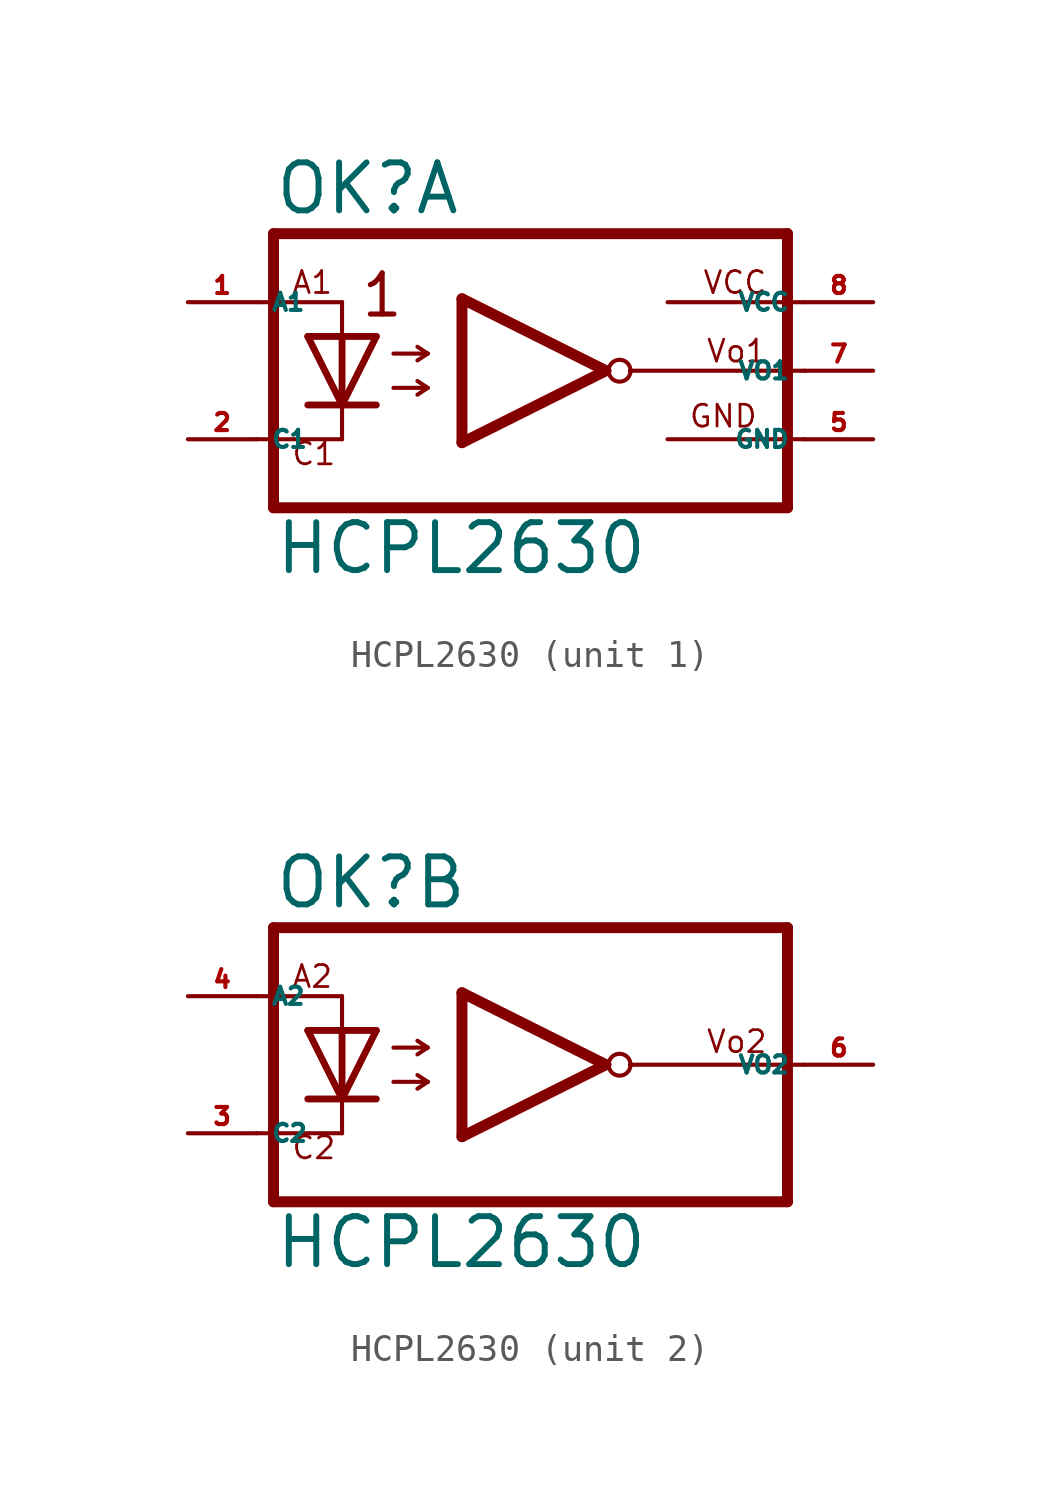
<source format=kicad_sym>
(kicad_symbol_lib
  (version 20220914)
  (generator kicad_symbol_editor)
  (symbol "HCPL2630"
    (property "Reference" "OK"
      (at -9.525 5.715 0)
      (effects (font (size 1.778 1.778) (thickness 0.22)) (justify left bottom)))
    (property "Value" "HCPL2630"
      (at -9.525 -7.62 0)
      (effects (font (size 1.778 1.778) (thickness 0.22)) (justify left bottom)))
    (symbol "HCPL2630_1_0"
      (polyline (pts (xy -10.16 -2.54) (xy -6.985 -2.54)) (stroke (width 0.152) (type default)) (fill (type none)))
      (polyline (pts (xy -10.16 2.54) (xy -6.985 2.54)) (stroke (width 0.152) (type default)) (fill (type none)))
      (polyline (pts (xy -9.525 5.08) (xy -9.525 -5.08)) (stroke (width 0.406) (type default)) (fill (type none)))
      (polyline (pts (xy -6.985 -2.54) (xy -6.985 -1.27)) (stroke (width 0.152) (type default)) (fill (type none)))
      (polyline (pts (xy -6.985 -1.27) (xy -8.255 -1.27)) (stroke (width 0.254) (type default)) (fill (type none)))
      (polyline (pts (xy -6.985 -1.27) (xy -8.255 1.27)) (stroke (width 0.254) (type default)) (fill (type none)))
      (polyline (pts (xy -6.985 1.27) (xy -8.255 1.27)) (stroke (width 0.254) (type default)) (fill (type none)))
      (polyline (pts (xy -6.985 1.27) (xy -6.985 -1.27)) (stroke (width 0.254) (type default)) (fill (type none)))
      (polyline (pts (xy -6.985 1.27) (xy -6.985 2.54)) (stroke (width 0.152) (type default)) (fill (type none)))
      (polyline (pts (xy -5.715 -1.27) (xy -6.985 -1.27)) (stroke (width 0.254) (type default)) (fill (type none)))
      (polyline (pts (xy -5.715 1.27) (xy -6.985 -1.27)) (stroke (width 0.254) (type default)) (fill (type none)))
      (polyline (pts (xy -5.715 1.27) (xy -6.985 1.27)) (stroke (width 0.254) (type default)) (fill (type none)))
      (polyline (pts (xy -5.08 -0.635) (xy -3.81 -0.635)) (stroke (width 0.152) (type default)) (fill (type none)))
      (polyline (pts (xy -5.08 0.635) (xy -3.81 0.635)) (stroke (width 0.152) (type default)) (fill (type none)))
      (polyline (pts (xy -3.81 -0.635) (xy -4.191 -0.889)) (stroke (width 0.152) (type default)) (fill (type none)))
      (polyline (pts (xy -3.81 -0.635) (xy -4.191 -0.381)) (stroke (width 0.152) (type default)) (fill (type none)))
      (polyline (pts (xy -3.81 0.635) (xy -4.191 0.381)) (stroke (width 0.152) (type default)) (fill (type none)))
      (polyline (pts (xy -3.81 0.635) (xy -4.191 0.889)) (stroke (width 0.152) (type default)) (fill (type none)))
      (polyline (pts (xy -2.54 -2.667) (xy -2.54 2.667)) (stroke (width 0.406) (type default)) (fill (type none)))
      (polyline (pts (xy -2.54 -2.667) (xy 2.794 0)) (stroke (width 0.406) (type default)) (fill (type none)))
      (polyline (pts (xy -2.54 2.667) (xy 2.794 0)) (stroke (width 0.406) (type default)) (fill (type none)))
      (polyline (pts (xy 3.683 0) (xy 10.16 0)) (stroke (width 0.152) (type default)) (fill (type none)))
      (polyline (pts (xy 5.08 -2.54) (xy 10.16 -2.54)) (stroke (width 0.152) (type default)) (fill (type none)))
      (polyline (pts (xy 5.08 2.54) (xy 10.16 2.54)) (stroke (width 0.152) (type default)) (fill (type none)))
      (polyline (pts (xy 9.525 -5.08) (xy -9.525 -5.08)) (stroke (width 0.406) (type default)) (fill (type none)))
      (polyline (pts (xy 9.525 5.08) (xy -9.525 5.08)) (stroke (width 0.406) (type default)) (fill (type none)))
      (polyline (pts (xy 9.525 5.08) (xy 9.525 -5.08)) (stroke (width 0.406) (type default)) (fill (type none)))
      (circle (center 3.302 0) (radius 0.406) (stroke (width 0.152) (type default)) (fill (type none)))
      (text "1" (at -6.35 1.905 0) (effects (font (size 1.524 1.524) (thickness 0.19)) (justify left bottom)))
      (text "A1" (at -8.89 2.794 0) (effects (font (size 0.813 0.813) (thickness 0.1)) (justify left bottom)))
      (text "C1" (at -8.89 -3.556 0) (effects (font (size 0.813 0.813) (thickness 0.1)) (justify left bottom)))
      (text "GND" (at 5.842 -2.159 0) (effects (font (size 0.813 0.813) (thickness 0.1)) (justify left bottom)))
      (text "VCC" (at 6.35 2.794 0) (effects (font (size 0.813 0.813) (thickness 0.1)) (justify left bottom)))
      (text "Vo1" (at 6.477 0.254 0) (effects (font (size 0.813 0.813) (thickness 0.1)) (justify left bottom)))
      (pin passive line (at -12.7 2.54 0) (length 2.54) (name "A1" (effects (font (size 0.635 0.635)))) (number "1" (effects (font (size 0.635 0.635)))))
      (pin passive line (at -12.7 -2.54 0) (length 2.54) (name "C1" (effects (font (size 0.635 0.635)))) (number "2" (effects (font (size 0.635 0.635)))))
      (pin passive line (at 12.7 -2.54 180) (length 2.54) (name "GND" (effects (font (size 0.635 0.635)))) (number "5" (effects (font (size 0.635 0.635)))))
      (pin passive line (at 12.7 0 180) (length 2.54) (name "VO1" (effects (font (size 0.635 0.635)))) (number "7" (effects (font (size 0.635 0.635)))))
      (pin passive line (at 12.7 2.54 180) (length 2.54) (name "VCC" (effects (font (size 0.635 0.635)))) (number "8" (effects (font (size 0.635 0.635))))))
    (symbol "HCPL2630_2_0"
      (polyline (pts (xy -10.16 -2.54) (xy -6.985 -2.54)) (stroke (width 0.152) (type default)) (fill (type none)))
      (polyline (pts (xy -10.16 2.54) (xy -6.985 2.54)) (stroke (width 0.152) (type default)) (fill (type none)))
      (polyline (pts (xy -9.525 5.08) (xy -9.525 -5.08)) (stroke (width 0.406) (type default)) (fill (type none)))
      (polyline (pts (xy -6.985 -2.54) (xy -6.985 -1.27)) (stroke (width 0.152) (type default)) (fill (type none)))
      (polyline (pts (xy -6.985 -1.27) (xy -8.255 -1.27)) (stroke (width 0.254) (type default)) (fill (type none)))
      (polyline (pts (xy -6.985 -1.27) (xy -8.255 1.27)) (stroke (width 0.254) (type default)) (fill (type none)))
      (polyline (pts (xy -6.985 1.27) (xy -8.255 1.27)) (stroke (width 0.254) (type default)) (fill (type none)))
      (polyline (pts (xy -6.985 1.27) (xy -6.985 -1.27)) (stroke (width 0.254) (type default)) (fill (type none)))
      (polyline (pts (xy -6.985 1.27) (xy -6.985 2.54)) (stroke (width 0.152) (type default)) (fill (type none)))
      (polyline (pts (xy -5.715 -1.27) (xy -6.985 -1.27)) (stroke (width 0.254) (type default)) (fill (type none)))
      (polyline (pts (xy -5.715 1.27) (xy -6.985 -1.27)) (stroke (width 0.254) (type default)) (fill (type none)))
      (polyline (pts (xy -5.715 1.27) (xy -6.985 1.27)) (stroke (width 0.254) (type default)) (fill (type none)))
      (polyline (pts (xy -5.08 -0.635) (xy -3.81 -0.635)) (stroke (width 0.152) (type default)) (fill (type none)))
      (polyline (pts (xy -5.08 0.635) (xy -3.81 0.635)) (stroke (width 0.152) (type default)) (fill (type none)))
      (polyline (pts (xy -3.81 -0.635) (xy -4.191 -0.889)) (stroke (width 0.152) (type default)) (fill (type none)))
      (polyline (pts (xy -3.81 -0.635) (xy -4.191 -0.381)) (stroke (width 0.152) (type default)) (fill (type none)))
      (polyline (pts (xy -3.81 0.635) (xy -4.191 0.381)) (stroke (width 0.152) (type default)) (fill (type none)))
      (polyline (pts (xy -3.81 0.635) (xy -4.191 0.889)) (stroke (width 0.152) (type default)) (fill (type none)))
      (polyline (pts (xy -2.54 -2.667) (xy -2.54 2.667)) (stroke (width 0.406) (type default)) (fill (type none)))
      (polyline (pts (xy -2.54 -2.667) (xy 2.794 0)) (stroke (width 0.406) (type default)) (fill (type none)))
      (polyline (pts (xy -2.54 2.667) (xy 2.794 0)) (stroke (width 0.406) (type default)) (fill (type none)))
      (polyline (pts (xy 3.683 0) (xy 10.16 0)) (stroke (width 0.152) (type default)) (fill (type none)))
      (polyline (pts (xy 9.525 -5.08) (xy -9.525 -5.08)) (stroke (width 0.406) (type default)) (fill (type none)))
      (polyline (pts (xy 9.525 5.08) (xy -9.525 5.08)) (stroke (width 0.406) (type default)) (fill (type none)))
      (polyline (pts (xy 9.525 5.08) (xy 9.525 -5.08)) (stroke (width 0.406) (type default)) (fill (type none)))
      (circle (center 3.302 0) (radius 0.406) (stroke (width 0.152) (type default)) (fill (type none)))
      (text "A2" (at -8.89 2.794 0) (effects (font (size 0.813 0.813) (thickness 0.1)) (justify left bottom)))
      (text "C2" (at -8.89 -3.556 0) (effects (font (size 0.813 0.813) (thickness 0.1)) (justify left bottom)))
      (text "Vo2" (at 6.477 0.381 0) (effects (font (size 0.813 0.813) (thickness 0.1)) (justify left bottom)))
      (pin passive line (at -12.7 -2.54 0) (length 2.54) (name "C2" (effects (font (size 0.635 0.635)))) (number "3" (effects (font (size 0.635 0.635)))))
      (pin passive line (at -12.7 2.54 0) (length 2.54) (name "A2" (effects (font (size 0.635 0.635)))) (number "4" (effects (font (size 0.635 0.635)))))
      (pin passive line (at 12.7 0 180) (length 2.54) (name "VO2" (effects (font (size 0.635 0.635)))) (number "6" (effects (font (size 0.635 0.635))))))))
</source>
